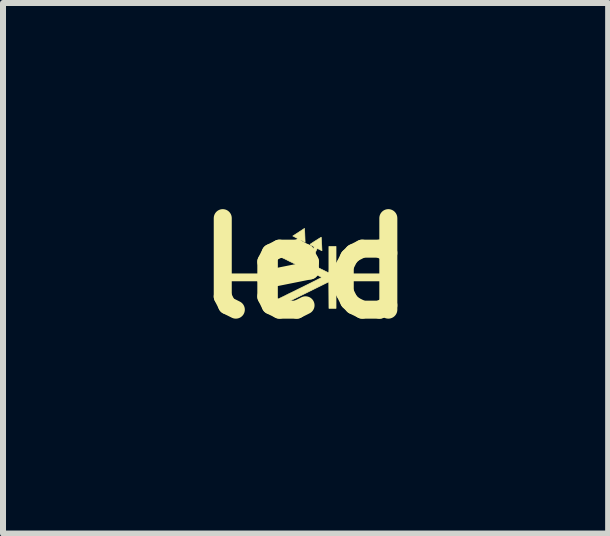
<source format=kicad_pcb>
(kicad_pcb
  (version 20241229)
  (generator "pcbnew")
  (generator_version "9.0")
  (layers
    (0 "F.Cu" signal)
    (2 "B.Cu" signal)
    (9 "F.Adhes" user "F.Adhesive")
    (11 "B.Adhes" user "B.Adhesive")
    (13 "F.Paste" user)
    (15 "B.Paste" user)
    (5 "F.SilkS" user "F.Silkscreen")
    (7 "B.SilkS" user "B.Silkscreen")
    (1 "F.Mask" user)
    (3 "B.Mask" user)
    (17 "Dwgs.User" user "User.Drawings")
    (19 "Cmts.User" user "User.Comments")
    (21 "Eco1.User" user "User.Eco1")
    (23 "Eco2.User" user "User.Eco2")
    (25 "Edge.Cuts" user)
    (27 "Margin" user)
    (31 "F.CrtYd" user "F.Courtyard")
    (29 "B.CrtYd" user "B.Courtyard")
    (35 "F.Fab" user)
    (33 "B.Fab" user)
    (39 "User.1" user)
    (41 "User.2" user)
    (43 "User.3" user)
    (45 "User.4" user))
  (footprint "led"
    (layer "F.Cu")
    (at 2.039 1.418)
    (property "Reference" "led" (at 0 0 0) (layer "F.SilkS") (effects (font (size 1.524 1.524) (thickness 0.3))))
    (attr through_hole)
    (fp_poly (pts (xy -0.015 -0.631) (xy -0.014 -0.617) (xy -0.013 -0.595) (xy -0.012 -0.57) (xy -0.011 -0.542) (xy -0.01 -0.516) (xy -0.007 -0.432) (xy -0.044 -0.452) (xy -0.06 -0.46) (xy -0.073 -0.466) (xy -0.08 -0.469) (xy -0.082 -0.469) (xy -0.084 -0.465) (xy -0.09 -0.455) (xy -0.098 -0.439) (xy -0.109 -0.419) (xy -0.121 -0.395) (xy -0.13 -0.378) (xy -0.143 -0.353) (xy -0.155 -0.33) (xy -0.165 -0.312) (xy -0.173 -0.298) (xy -0.178 -0.29) (xy -0.18 -0.288) (xy -0.186 -0.29) (xy -0.196 -0.295) (xy -0.205 -0.299) (xy -0.217 -0.305) (xy -0.225 -0.31) (xy -0.228 -0.311) (xy -0.226 -0.315) (xy -0.221 -0.325) (xy -0.214 -0.341) (xy -0.203 -0.362) (xy -0.191 -0.385) (xy -0.182 -0.404) (xy -0.169 -0.429) (xy -0.157 -0.452) (xy -0.148 -0.472) (xy -0.141 -0.486) (xy -0.137 -0.495) (xy -0.136 -0.497) (xy -0.14 -0.5) (xy -0.15 -0.505) (xy -0.165 -0.512) (xy -0.176 -0.518) (xy -0.213 -0.537) (xy -0.184 -0.555) (xy -0.171 -0.564) (xy -0.152 -0.576) (xy -0.13 -0.59) (xy -0.106 -0.606) (xy -0.086 -0.619) (xy -0.018 -0.664) (xy -0.015 -0.631)) (stroke (width 0.01) (type solid)) (fill yes) (layer "F.SilkS"))
    (fp_poly (pts (xy 0.261 -0.517) (xy 0.262 -0.512) (xy 0.263 -0.499) (xy 0.264 -0.482) (xy 0.266 -0.46) (xy 0.267 -0.435) (xy 0.268 -0.409) (xy 0.27 -0.382) (xy 0.271 -0.357) (xy 0.272 -0.334) (xy 0.273 -0.315) (xy 0.274 -0.301) (xy 0.274 -0.294) (xy 0.274 -0.293) (xy 0.269 -0.294) (xy 0.259 -0.299) (xy 0.245 -0.305) (xy 0.234 -0.311) (xy 0.196 -0.33) (xy 0.151 -0.237) (xy 0.138 -0.211) (xy 0.127 -0.188) (xy 0.117 -0.169) (xy 0.109 -0.155) (xy 0.104 -0.146) (xy 0.103 -0.144) (xy 0.097 -0.146) (xy 0.088 -0.152) (xy 0.08 -0.156) (xy 0.068 -0.163) (xy 0.06 -0.168) (xy 0.057 -0.17) (xy 0.058 -0.174) (xy 0.063 -0.185) (xy 0.07 -0.201) (xy 0.08 -0.222) (xy 0.091 -0.246) (xy 0.099 -0.262) (xy 0.112 -0.287) (xy 0.123 -0.31) (xy 0.132 -0.329) (xy 0.139 -0.344) (xy 0.143 -0.353) (xy 0.144 -0.355) (xy 0.14 -0.358) (xy 0.131 -0.364) (xy 0.117 -0.371) (xy 0.107 -0.376) (xy 0.088 -0.386) (xy 0.078 -0.393) (xy 0.075 -0.398) (xy 0.075 -0.398) (xy 0.08 -0.402) (xy 0.091 -0.41) (xy 0.107 -0.42) (xy 0.125 -0.432) (xy 0.146 -0.446) (xy 0.169 -0.46) (xy 0.191 -0.474) (xy 0.212 -0.487) (xy 0.23 -0.499) (xy 0.246 -0.508) (xy 0.256 -0.514) (xy 0.261 -0.517) (xy 0.261 -0.517)) (stroke (width 0.01) (type solid)) (fill yes) (layer "F.SilkS"))
    (fp_poly (pts (xy -0.576 -0.396) (xy -0.565 -0.391) (xy -0.547 -0.382) (xy -0.523 -0.37) (xy -0.493 -0.356) (xy -0.458 -0.338) (xy -0.417 -0.319) (xy -0.373 -0.297) (xy -0.324 -0.273) (xy -0.272 -0.248) (xy -0.217 -0.221) (xy -0.16 -0.192) (xy -0.1 -0.163) (xy -0.096 -0.161) (xy -0.037 -0.131) (xy 0.021 -0.103) (xy 0.076 -0.076) (xy 0.128 -0.05) (xy 0.177 -0.026) (xy 0.222 -0.004) (xy 0.262 0.016) (xy 0.298 0.033) (xy 0.328 0.048) (xy 0.352 0.06) (xy 0.371 0.069) (xy 0.382 0.074) (xy 0.387 0.076) (xy 0.387 0.076) (xy 0.387 0.072) (xy 0.388 0.06) (xy 0.388 0.042) (xy 0.389 0.017) (xy 0.389 -0.013) (xy 0.389 -0.048) (xy 0.389 -0.086) (xy 0.389 -0.128) (xy 0.389 -0.144) (xy 0.389 -0.364) (xy 0.508 -0.364) (xy 0.508 0.093) (xy 1.27 0.093) (xy 1.27 0.212) (xy 0.508 0.212) (xy 0.508 0.669) (xy 0.39 0.669) (xy 0.387 0.226) (xy -0.51 0.669) (xy -0.547 0.669) (xy -0.584 0.669) (xy -0.584 0.212) (xy -1.27 0.212) (xy -1.27 0.152) (xy -0.466 0.152) (xy -0.466 0.516) (xy -0.428 0.498) (xy -0.418 0.494) (xy -0.402 0.486) (xy -0.379 0.475) (xy -0.35 0.461) (xy -0.317 0.444) (xy -0.279 0.425) (xy -0.237 0.405) (xy -0.192 0.383) (xy -0.144 0.359) (xy -0.095 0.335) (xy -0.06 0.318) (xy -0.01 0.293) (xy 0.037 0.27) (xy 0.081 0.248) (xy 0.122 0.227) (xy 0.159 0.209) (xy 0.192 0.192) (xy 0.22 0.178) (xy 0.242 0.167) (xy 0.259 0.159) (xy 0.268 0.154) (xy 0.271 0.152) (xy 0.267 0.15) (xy 0.256 0.145) (xy 0.239 0.136) (xy 0.217 0.124) (xy 0.189 0.111) (xy 0.157 0.094) (xy 0.121 0.077) (xy 0.082 0.057) (xy 0.04 0.036) (xy -0.003 0.015) (xy -0.048 -0.008) (xy -0.094 -0.03) (xy -0.139 -0.053) (xy -0.184 -0.075) (xy -0.228 -0.097) (xy -0.27 -0.117) (xy -0.309 -0.137) (xy -0.345 -0.155) (xy -0.378 -0.17) (xy -0.406 -0.184) (xy -0.428 -0.195) (xy -0.446 -0.204) (xy -0.457 -0.209) (xy -0.46 -0.211) (xy -0.461 -0.209) (xy -0.462 -0.205) (xy -0.463 -0.196) (xy -0.464 -0.184) (xy -0.464 -0.166) (xy -0.465 -0.143) (xy -0.465 -0.115) (xy -0.465 -0.08) (xy -0.465 -0.04) (xy -0.466 0.008) (xy -0.466 0.064) (xy -0.466 0.127) (xy -0.466 0.152) (xy -1.27 0.152) (xy -1.27 0.093) (xy -0.582 0.093) (xy -0.583 -0.152) (xy -0.583 -0.2) (xy -0.583 -0.244) (xy -0.583 -0.284) (xy -0.583 -0.319) (xy -0.583 -0.348) (xy -0.582 -0.371) (xy -0.582 -0.388) (xy -0.581 -0.396) (xy -0.581 -0.398) (xy -0.576 -0.396)) (stroke (width 0.01) (type solid)) (fill yes) (layer "F.SilkS")))
  (gr_rect
    (start -3 -3)
    (end 7.079 5.836)
    (stroke (width 0.1) (type default))
    (fill no)
    (layer "Edge.Cuts")))
</source>
